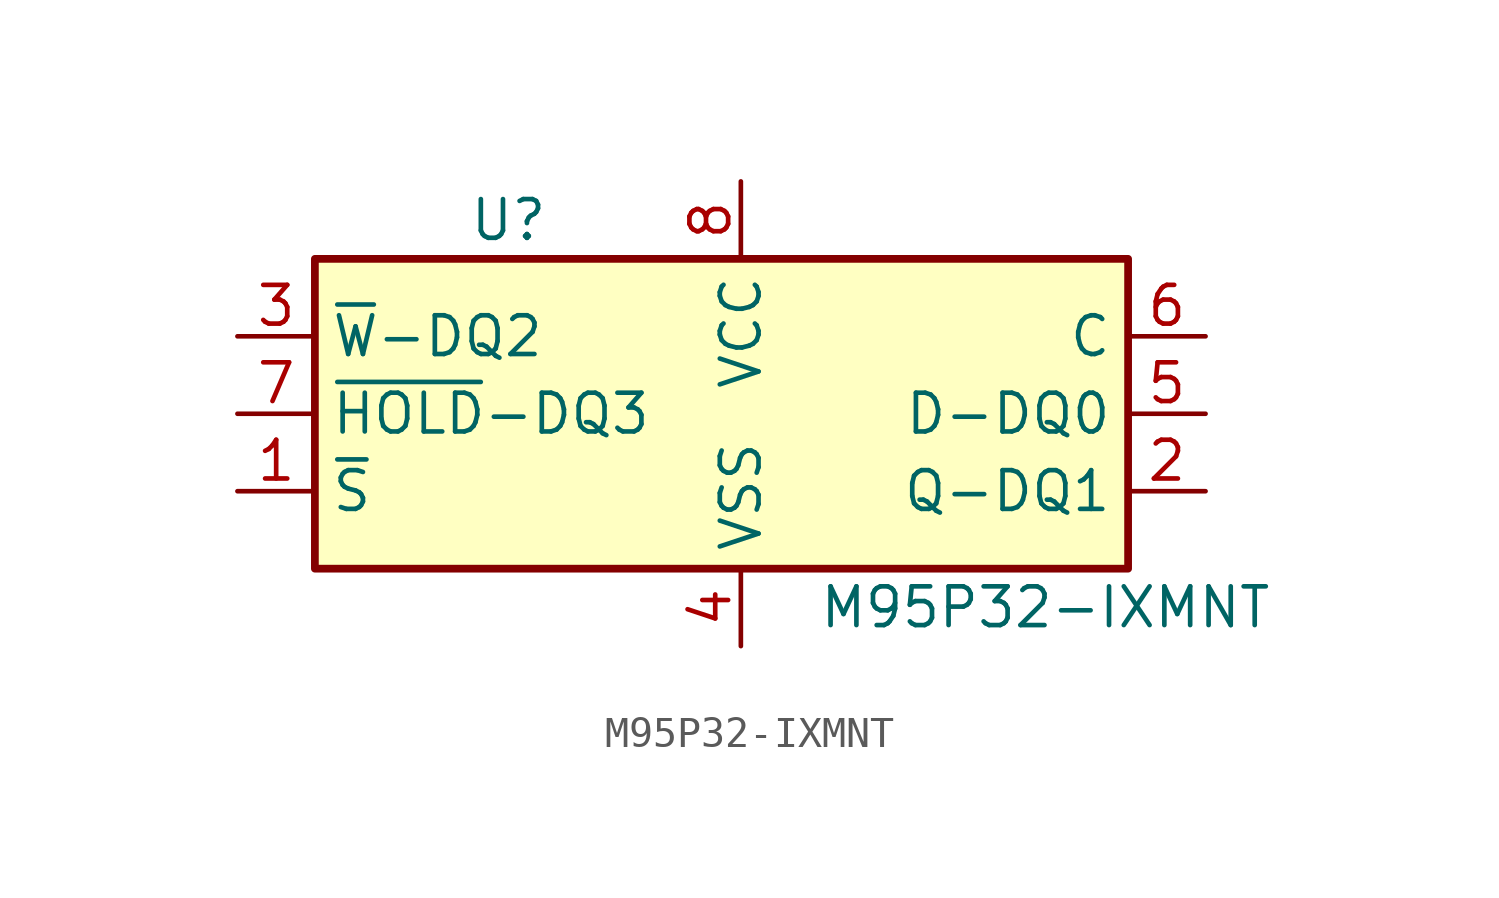
<source format=kicad_sym>
(kicad_symbol_lib
  (version 20220914)
  (generator kicad_symbol_editor)
  (symbol "M95P32-IXMNT"
    (property "Reference" "U"
      (at -7.62 6.35 0)
      (effects (font (size 1.27 1.27))))
    (property "Value" "M95P32-IXMNT"
      (at 2.54 -6.35 0)
      (effects (font (size 1.27 1.27)) (justify left)))
    (symbol "M95P32-IXMNT_1_1"
      (rectangle (start -13.97 5.08) (end 12.7 -5.08) (stroke (width 0.254) (type default)) (fill (type background)))
      (pin input line (at -16.51 -2.54 0) (length 2.54) (name "~{S}" (effects (font (size 1.27 1.27)))) (number "1" (effects (font (size 1.27 1.27)))))
      (pin output line (at 15.24 -2.54 180) (length 2.54) (name "Q-DQ1" (effects (font (size 1.27 1.27)))) (number "2" (effects (font (size 1.27 1.27)))))
      (pin input line (at -16.51 2.54 0) (length 2.54) (name "~{W}-DQ2" (effects (font (size 1.27 1.27)))) (number "3" (effects (font (size 1.27 1.27)))))
      (pin power_in line (at 0 -7.62 90) (length 2.54) (name "VSS" (effects (font (size 1.27 1.27)))) (number "4" (effects (font (size 1.27 1.27)))))
      (pin input line (at 15.24 0 180) (length 2.54) (name "D-DQ0" (effects (font (size 1.27 1.27)))) (number "5" (effects (font (size 1.27 1.27)))))
      (pin input line (at 15.24 2.54 180) (length 2.54) (name "C" (effects (font (size 1.27 1.27)))) (number "6" (effects (font (size 1.27 1.27)))))
      (pin input line (at -16.51 0 0) (length 2.54) (name "~{HOLD}-DQ3" (effects (font (size 1.27 1.27)))) (number "7" (effects (font (size 1.27 1.27)))))
      (pin power_in line (at 0 7.62 270) (length 2.54) (name "VCC" (effects (font (size 1.27 1.27)))) (number "8" (effects (font (size 1.27 1.27))))))))
</source>
